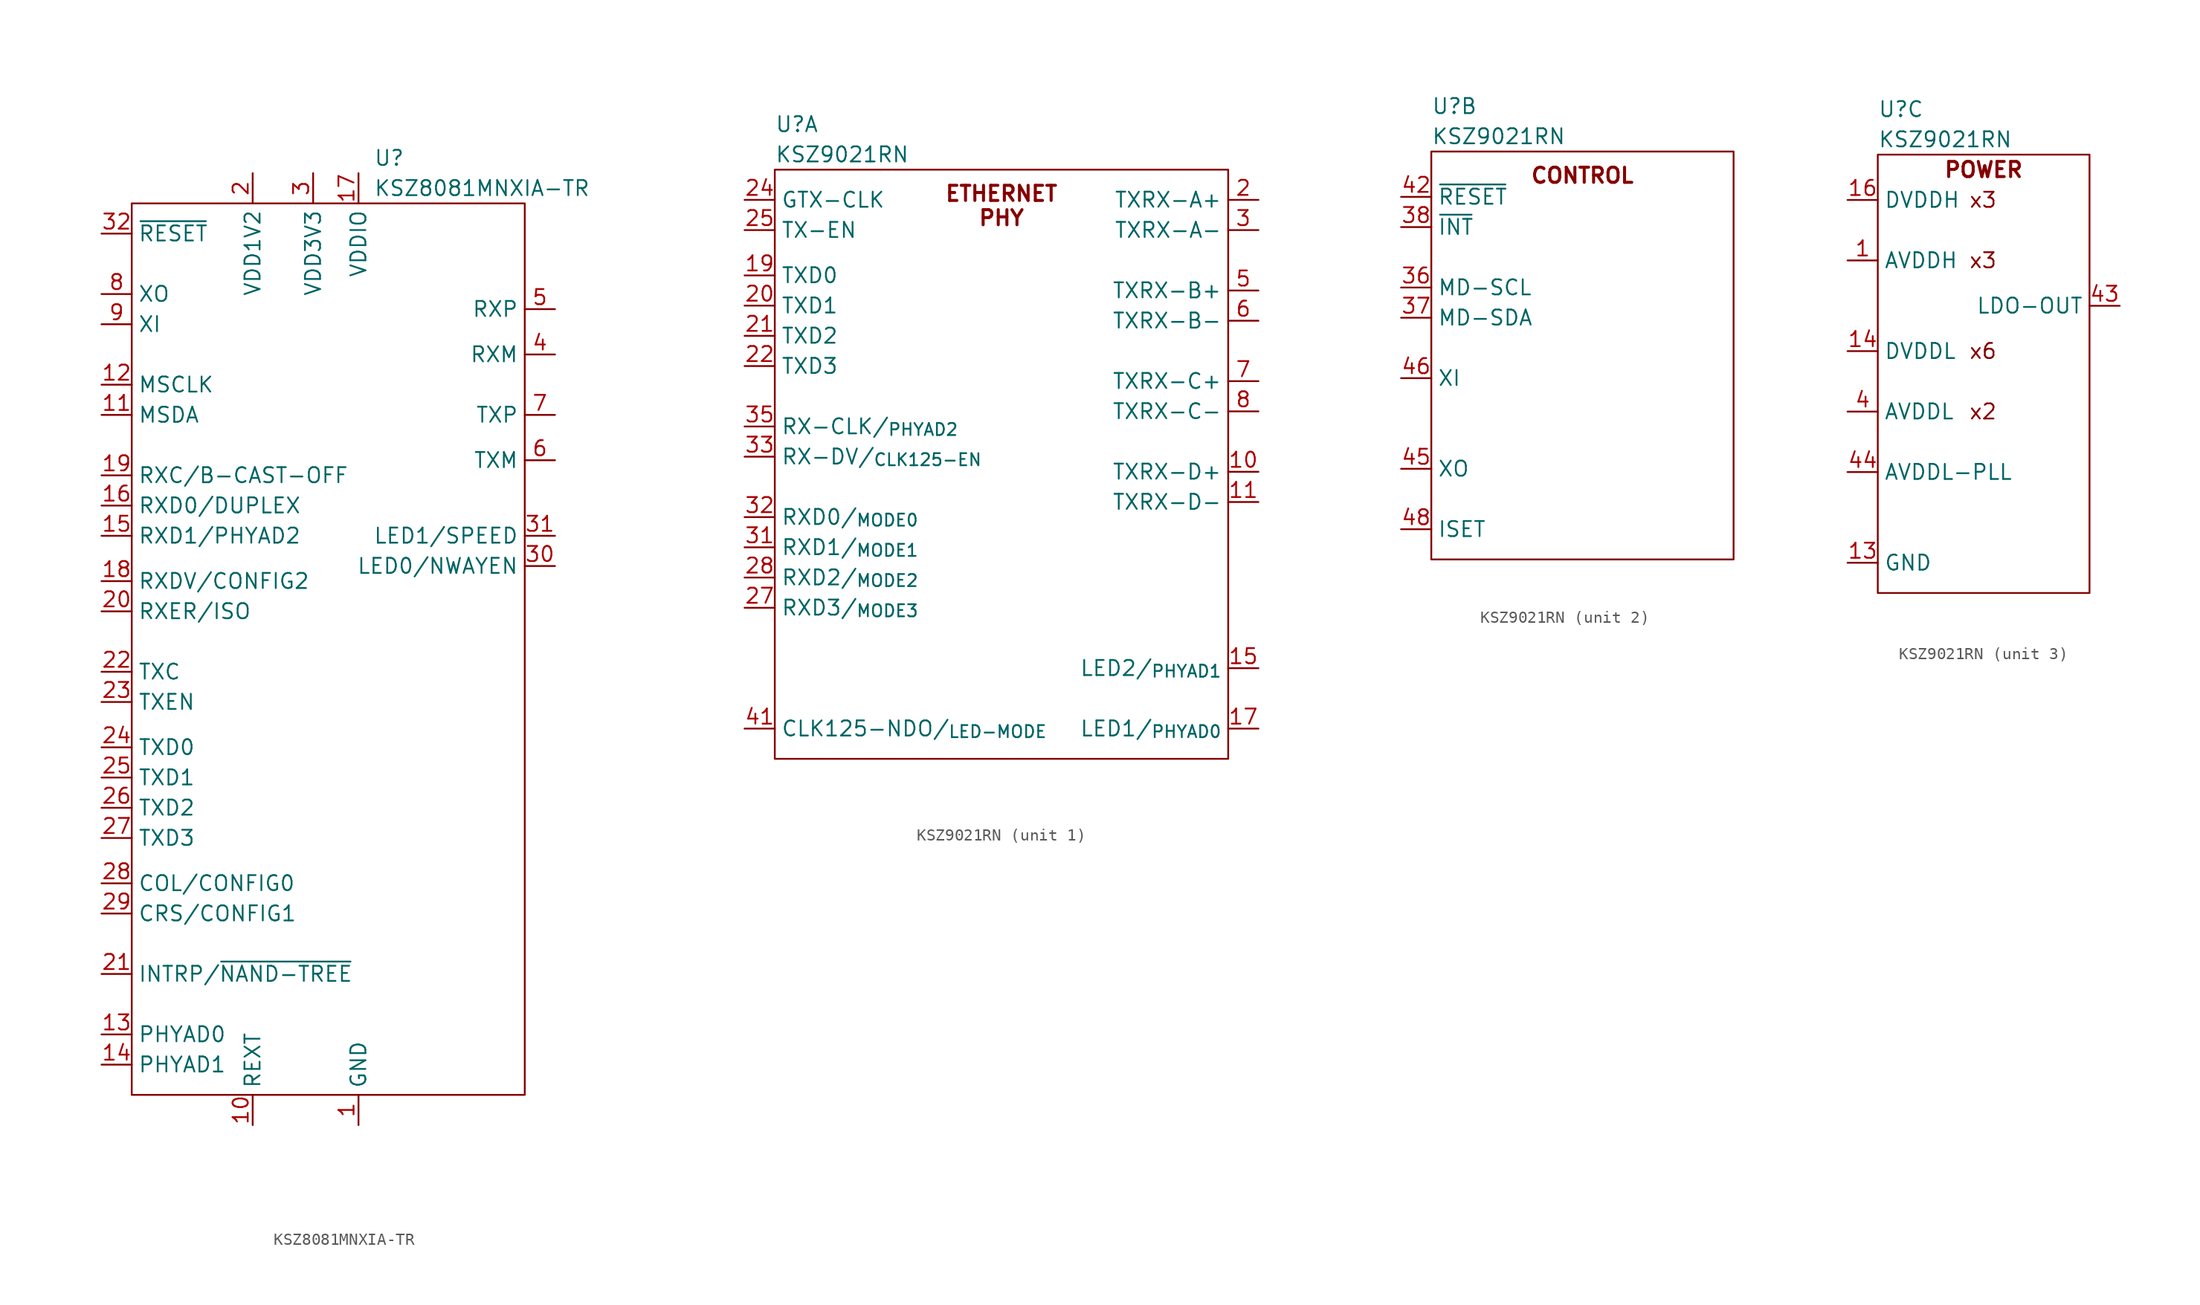
<source format=kicad_sym>
(kicad_symbol_lib
  (version 20220914)
  (generator kicad_symbol_editor)
  (symbol "KSZ8081MNXIA-TR"
    (property "Reference" "U"
      (at 20.32 3.81 0)
      (effects (font (size 1.27 1.27)) (justify left)))
    (property "Value" "KSZ8081MNXIA-TR"
      (at 20.32 1.27 0)
      (effects (font (size 1.27 1.27)) (justify left)))
    (symbol "KSZ8081MNXIA-TR_0_0"
      (pin power_in line (at 19.05 -77.47 90) (length 2.54) (name "GND" (effects (font (size 1.27 1.27)))) (number "1" (effects (font (size 1.27 1.27)))))
      (pin input line (at 10.16 -77.47 90) (length 2.54) (name "REXT" (effects (font (size 1.27 1.27)))) (number "10" (effects (font (size 1.27 1.27)))))
      (pin bidirectional line (at -2.54 -17.78 0) (length 2.54) (name "MSDA" (effects (font (size 1.27 1.27)))) (number "11" (effects (font (size 1.27 1.27)))))
      (pin input line (at -2.54 -15.24 0) (length 2.54) (name "MSCLK" (effects (font (size 1.27 1.27)))) (number "12" (effects (font (size 1.27 1.27)))))
      (pin input line (at -2.54 -69.85 0) (length 2.54) (name "PHYAD0" (effects (font (size 1.27 1.27)))) (number "13" (effects (font (size 1.27 1.27)))))
      (pin input line (at -2.54 -72.39 0) (length 2.54) (name "PHYAD1" (effects (font (size 1.27 1.27)))) (number "14" (effects (font (size 1.27 1.27)))))
      (pin output line (at -2.54 -27.94 0) (length 2.54) (name "RXD1/PHYAD2" (effects (font (size 1.27 1.27)))) (number "15" (effects (font (size 1.27 1.27)))))
      (pin output line (at -2.54 -25.4 0) (length 2.54) (name "RXD0/DUPLEX" (effects (font (size 1.27 1.27)))) (number "16" (effects (font (size 1.27 1.27)))))
      (pin power_in line (at 19.05 2.54 270) (length 2.54) (name "VDDIO" (effects (font (size 1.27 1.27)))) (number "17" (effects (font (size 1.27 1.27)))))
      (pin output line (at -2.54 -31.75 0) (length 2.54) (name "RXDV/CONFIG2" (effects (font (size 1.27 1.27)))) (number "18" (effects (font (size 1.27 1.27)))))
      (pin output line (at -2.54 -22.86 0) (length 2.54) (name "RXC/B-CAST-OFF" (effects (font (size 1.27 1.27)))) (number "19" (effects (font (size 1.27 1.27)))))
      (pin power_in line (at 10.16 2.54 270) (length 2.54) (name "VDD1V2" (effects (font (size 1.27 1.27)))) (number "2" (effects (font (size 1.27 1.27)))))
      (pin output line (at -2.54 -34.29 0) (length 2.54) (name "RXER/ISO" (effects (font (size 1.27 1.27)))) (number "20" (effects (font (size 1.27 1.27)))))
      (pin output line (at -2.54 -64.77 0) (length 2.54) (name "INTRP/~{NAND-TREE}" (effects (font (size 1.27 1.27)))) (number "21" (effects (font (size 1.27 1.27)))))
      (pin input line (at -2.54 -39.37 0) (length 2.54) (name "TXC" (effects (font (size 1.27 1.27)))) (number "22" (effects (font (size 1.27 1.27)))))
      (pin input line (at -2.54 -41.91 0) (length 2.54) (name "TXEN" (effects (font (size 1.27 1.27)))) (number "23" (effects (font (size 1.27 1.27)))))
      (pin input line (at -2.54 -45.72 0) (length 2.54) (name "TXD0" (effects (font (size 1.27 1.27)))) (number "24" (effects (font (size 1.27 1.27)))))
      (pin input line (at -2.54 -48.26 0) (length 2.54) (name "TXD1" (effects (font (size 1.27 1.27)))) (number "25" (effects (font (size 1.27 1.27)))))
      (pin input line (at -2.54 -50.8 0) (length 2.54) (name "TXD2" (effects (font (size 1.27 1.27)))) (number "26" (effects (font (size 1.27 1.27)))))
      (pin input line (at -2.54 -53.34 0) (length 2.54) (name "TXD3" (effects (font (size 1.27 1.27)))) (number "27" (effects (font (size 1.27 1.27)))))
      (pin output line (at -2.54 -57.15 0) (length 2.54) (name "COL/CONFIG0" (effects (font (size 1.27 1.27)))) (number "28" (effects (font (size 1.27 1.27)))))
      (pin output line (at -2.54 -59.69 0) (length 2.54) (name "CRS/CONFIG1" (effects (font (size 1.27 1.27)))) (number "29" (effects (font (size 1.27 1.27)))))
      (pin power_in line (at 15.24 2.54 270) (length 2.54) (name "VDD3V3" (effects (font (size 1.27 1.27)))) (number "3" (effects (font (size 1.27 1.27)))))
      (pin input line (at 35.56 -30.48 180) (length 2.54) (name "LED0/NWAYEN" (effects (font (size 1.27 1.27)))) (number "30" (effects (font (size 1.27 1.27)))))
      (pin input line (at 35.56 -27.94 180) (length 2.54) (name "LED1/SPEED" (effects (font (size 1.27 1.27)))) (number "31" (effects (font (size 1.27 1.27)))))
      (pin input line (at -2.54 -2.54 0) (length 2.54) (name "~{RESET}" (effects (font (size 1.27 1.27)))) (number "32" (effects (font (size 1.27 1.27)))))
      (pin power_in line (at 19.05 -77.47 90) (length 2.54) hide (name "GND" (effects (font (size 1.27 1.27)))) (number "33" (effects (font (size 1.27 1.27)))))
      (pin output line (at 35.56 -12.7 180) (length 2.54) (name "RXM" (effects (font (size 1.27 1.27)))) (number "4" (effects (font (size 1.27 1.27)))))
      (pin output line (at 35.56 -8.89 180) (length 2.54) (name "RXP" (effects (font (size 1.27 1.27)))) (number "5" (effects (font (size 1.27 1.27)))))
      (pin output line (at 35.56 -21.59 180) (length 2.54) (name "TXM" (effects (font (size 1.27 1.27)))) (number "6" (effects (font (size 1.27 1.27)))))
      (pin output line (at 35.56 -17.78 180) (length 2.54) (name "TXP" (effects (font (size 1.27 1.27)))) (number "7" (effects (font (size 1.27 1.27)))))
      (pin input line (at -2.54 -7.62 0) (length 2.54) (name "XO" (effects (font (size 1.27 1.27)))) (number "8" (effects (font (size 1.27 1.27)))))
      (pin input line (at -2.54 -10.16 0) (length 2.54) (name "XI" (effects (font (size 1.27 1.27)))) (number "9" (effects (font (size 1.27 1.27))))))
    (symbol "KSZ8081MNXIA-TR_0_1"
      (rectangle (start 0 0) (end 33.02 -74.93) (stroke (width 0) (type default)) (fill (type none)))))
  (symbol "KSZ9021RN"
    (property "Reference" "U"
      (at 0 3.81 0)
      (effects (font (size 1.27 1.27)) (justify left)))
    (property "Value" "KSZ9021RN"
      (at 0 1.27 0)
      (effects (font (size 1.27 1.27)) (justify left)))
    (property "ki_locked" ""
      (at 0 0 0)
      (effects (font (size 1.27 1.27))))
    (symbol "KSZ9021RN_1_0"
      (pin bidirectional line (at 40.64 -25.4 180) (length 2.54) (name "TXRX-D+" (effects (font (size 1.27 1.27)))) (number "10" (effects (font (size 1.27 1.27)))))
      (pin bidirectional line (at 40.64 -27.94 180) (length 2.54) (name "TXRX-D-" (effects (font (size 1.27 1.27)))) (number "11" (effects (font (size 1.27 1.27)))))
      (pin bidirectional line (at 40.64 -41.91 180) (length 2.54) (name "LED2/_{PHYAD1}" (effects (font (size 1.27 1.27)))) (number "15" (effects (font (size 1.27 1.27)))))
      (pin bidirectional line (at 40.64 -46.99 180) (length 2.54) (name "LED1/_{PHYAD0}" (effects (font (size 1.27 1.27)))) (number "17" (effects (font (size 1.27 1.27)))))
      (pin input line (at -2.54 -8.89 0) (length 2.54) (name "TXD0" (effects (font (size 1.27 1.27)))) (number "19" (effects (font (size 1.27 1.27)))))
      (pin bidirectional line (at 40.64 -2.54 180) (length 2.54) (name "TXRX-A+" (effects (font (size 1.27 1.27)))) (number "2" (effects (font (size 1.27 1.27)))))
      (pin input line (at -2.54 -11.43 0) (length 2.54) (name "TXD1" (effects (font (size 1.27 1.27)))) (number "20" (effects (font (size 1.27 1.27)))))
      (pin input line (at -2.54 -13.97 0) (length 2.54) (name "TXD2" (effects (font (size 1.27 1.27)))) (number "21" (effects (font (size 1.27 1.27)))))
      (pin input line (at -2.54 -16.51 0) (length 2.54) (name "TXD3" (effects (font (size 1.27 1.27)))) (number "22" (effects (font (size 1.27 1.27)))))
      (pin input line (at -2.54 -2.54 0) (length 2.54) (name "GTX-CLK" (effects (font (size 1.27 1.27)))) (number "24" (effects (font (size 1.27 1.27)))))
      (pin input line (at -2.54 -5.08 0) (length 2.54) (name "TX-EN" (effects (font (size 1.27 1.27)))) (number "25" (effects (font (size 1.27 1.27)))))
      (pin bidirectional line (at -2.54 -36.83 0) (length 2.54) (name "RXD3/_{MODE3}" (effects (font (size 1.27 1.27)))) (number "27" (effects (font (size 1.27 1.27)))))
      (pin bidirectional line (at -2.54 -34.29 0) (length 2.54) (name "RXD2/_{MODE2}" (effects (font (size 1.27 1.27)))) (number "28" (effects (font (size 1.27 1.27)))))
      (pin bidirectional line (at 40.64 -5.08 180) (length 2.54) (name "TXRX-A-" (effects (font (size 1.27 1.27)))) (number "3" (effects (font (size 1.27 1.27)))))
      (pin bidirectional line (at -2.54 -31.75 0) (length 2.54) (name "RXD1/_{MODE1}" (effects (font (size 1.27 1.27)))) (number "31" (effects (font (size 1.27 1.27)))))
      (pin bidirectional line (at -2.54 -29.21 0) (length 2.54) (name "RXD0/_{MODE0}" (effects (font (size 1.27 1.27)))) (number "32" (effects (font (size 1.27 1.27)))))
      (pin bidirectional line (at -2.54 -24.13 0) (length 2.54) (name "RX-DV/_{CLK125-EN}" (effects (font (size 1.27 1.27)))) (number "33" (effects (font (size 1.27 1.27)))))
      (pin bidirectional line (at -2.54 -21.59 0) (length 2.54) (name "RX-CLK/_{PHYAD2}" (effects (font (size 1.27 1.27)))) (number "35" (effects (font (size 1.27 1.27)))))
      (pin bidirectional line (at -2.54 -46.99 0) (length 2.54) (name "CLK125-NDO/_{LED-MODE}" (effects (font (size 1.27 1.27)))) (number "41" (effects (font (size 1.27 1.27)))))
      (pin bidirectional line (at 40.64 -10.16 180) (length 2.54) (name "TXRX-B+" (effects (font (size 1.27 1.27)))) (number "5" (effects (font (size 1.27 1.27)))))
      (pin bidirectional line (at 40.64 -12.7 180) (length 2.54) (name "TXRX-B-" (effects (font (size 1.27 1.27)))) (number "6" (effects (font (size 1.27 1.27)))))
      (pin bidirectional line (at 40.64 -17.78 180) (length 2.54) (name "TXRX-C+" (effects (font (size 1.27 1.27)))) (number "7" (effects (font (size 1.27 1.27)))))
      (pin bidirectional line (at 40.64 -20.32 180) (length 2.54) (name "TXRX-C-" (effects (font (size 1.27 1.27)))) (number "8" (effects (font (size 1.27 1.27))))))
    (symbol "KSZ9021RN_1_1"
      (rectangle (start 0 0) (end 38.1 -49.53) (stroke (width 0) (type default)) (fill (type none)))
      (text "ETHERNET\nPHY" (at 19.05 -1.27 0) (effects (font (size 1.27 1.27) bold) (justify top))))
    (symbol "KSZ9021RN_2_0"
      (pin input line (at -2.54 -11.43 0) (length 2.54) (name "MD-SCL" (effects (font (size 1.27 1.27)))) (number "36" (effects (font (size 1.27 1.27)))))
      (pin bidirectional line (at -2.54 -13.97 0) (length 2.54) (name "MD-SDA" (effects (font (size 1.27 1.27)))) (number "37" (effects (font (size 1.27 1.27)))))
      (pin input line (at -2.54 -6.35 0) (length 2.54) (name "~{INT}" (effects (font (size 1.27 1.27)))) (number "38" (effects (font (size 1.27 1.27)))))
      (pin input line (at -2.54 -3.81 0) (length 2.54) (name "~{RESET}" (effects (font (size 1.27 1.27)))) (number "42" (effects (font (size 1.27 1.27)))))
      (pin output line (at -2.54 -26.67 0) (length 2.54) (name "XO" (effects (font (size 1.27 1.27)))) (number "45" (effects (font (size 1.27 1.27)))))
      (pin input line (at -2.54 -19.05 0) (length 2.54) (name "XI" (effects (font (size 1.27 1.27)))) (number "46" (effects (font (size 1.27 1.27)))))
      (pin input line (at -2.54 -31.75 0) (length 2.54) (name "ISET" (effects (font (size 1.27 1.27)))) (number "48" (effects (font (size 1.27 1.27))))))
    (symbol "KSZ9021RN_2_1"
      (rectangle (start 0 0) (end 25.4 -34.29) (stroke (width 0) (type default)) (fill (type none)))
      (text "CONTROL" (at 12.7 -1.27 0) (effects (font (size 1.27 1.27) bold) (justify top))))
    (symbol "KSZ9021RN_3_0"
      (pin power_in line (at -2.54 -8.89 0) (length 2.54) (name "AVDDH" (effects (font (size 1.27 1.27)))) (number "1" (effects (font (size 1.27 1.27)))))
      (pin power_in line (at -2.54 -8.89 0) (length 2.54) hide (name "AVDDH" (effects (font (size 1.27 1.27)))) (number "12" (effects (font (size 1.27 1.27)))))
      (pin power_in line (at -2.54 -34.29 0) (length 2.54) (name "GND" (effects (font (size 1.27 1.27)))) (number "13" (effects (font (size 1.27 1.27)))))
      (pin power_in line (at -2.54 -16.51 0) (length 2.54) (name "DVDDL" (effects (font (size 1.27 1.27)))) (number "14" (effects (font (size 1.27 1.27)))))
      (pin power_in line (at -2.54 -3.81 0) (length 2.54) (name "DVDDH" (effects (font (size 1.27 1.27)))) (number "16" (effects (font (size 1.27 1.27)))))
      (pin power_in line (at -2.54 -16.51 0) (length 2.54) hide (name "DVDDL" (effects (font (size 1.27 1.27)))) (number "18" (effects (font (size 1.27 1.27)))))
      (pin power_in line (at -2.54 -16.51 0) (length 2.54) hide (name "DVDDL" (effects (font (size 1.27 1.27)))) (number "23" (effects (font (size 1.27 1.27)))))
      (pin power_in line (at -2.54 -16.51 0) (length 2.54) hide (name "DVDDL" (effects (font (size 1.27 1.27)))) (number "26" (effects (font (size 1.27 1.27)))))
      (pin power_in line (at -2.54 -34.29 0) (length 2.54) hide (name "GND" (effects (font (size 1.27 1.27)))) (number "29" (effects (font (size 1.27 1.27)))))
      (pin power_in line (at -2.54 -16.51 0) (length 2.54) hide (name "DVDDL" (effects (font (size 1.27 1.27)))) (number "30" (effects (font (size 1.27 1.27)))))
      (pin power_in line (at -2.54 -3.81 0) (length 2.54) hide (name "DVDDH" (effects (font (size 1.27 1.27)))) (number "34" (effects (font (size 1.27 1.27)))))
      (pin power_in line (at -2.54 -16.51 0) (length 2.54) hide (name "DVDDL" (effects (font (size 1.27 1.27)))) (number "39" (effects (font (size 1.27 1.27)))))
      (pin power_in line (at -2.54 -21.59 0) (length 2.54) (name "AVDDL" (effects (font (size 1.27 1.27)))) (number "4" (effects (font (size 1.27 1.27)))))
      (pin power_in line (at -2.54 -3.81 0) (length 2.54) hide (name "DVDDH" (effects (font (size 1.27 1.27)))) (number "40" (effects (font (size 1.27 1.27)))))
      (pin output line (at 20.32 -12.7 180) (length 2.54) (name "LDO-OUT" (effects (font (size 1.27 1.27)))) (number "43" (effects (font (size 1.27 1.27)))))
      (pin power_in line (at -2.54 -26.67 0) (length 2.54) (name "AVDDL-PLL" (effects (font (size 1.27 1.27)))) (number "44" (effects (font (size 1.27 1.27)))))
      (pin power_in line (at -2.54 -8.89 0) (length 2.54) hide (name "AVDDH" (effects (font (size 1.27 1.27)))) (number "47" (effects (font (size 1.27 1.27)))))
      (pin power_in line (at -2.54 -34.29 0) (length 2.54) hide (name "GND" (effects (font (size 1.27 1.27)))) (number "49" (effects (font (size 1.27 1.27)))))
      (pin power_in line (at -2.54 -21.59 0) (length 2.54) hide (name "AVDDL" (effects (font (size 1.27 1.27)))) (number "9" (effects (font (size 1.27 1.27))))))
    (symbol "KSZ9021RN_3_1"
      (rectangle (start 0 0) (end 17.78 -36.83) (stroke (width 0) (type default)) (fill (type none)))
      (text "POWER" (at 8.89 -1.27 0) (effects (font (size 1.27 1.27) bold)))
      (text "x2" (at 7.62 -21.59 0) (effects (font (size 1.27 1.27)) (justify left)))
      (text "x3" (at 7.62 -8.89 0) (effects (font (size 1.27 1.27)) (justify left)))
      (text "x3" (at 7.62 -3.81 0) (effects (font (size 1.27 1.27)) (justify left)))
      (text "x6" (at 7.62 -16.51 0) (effects (font (size 1.27 1.27)) (justify left))))))
</source>
